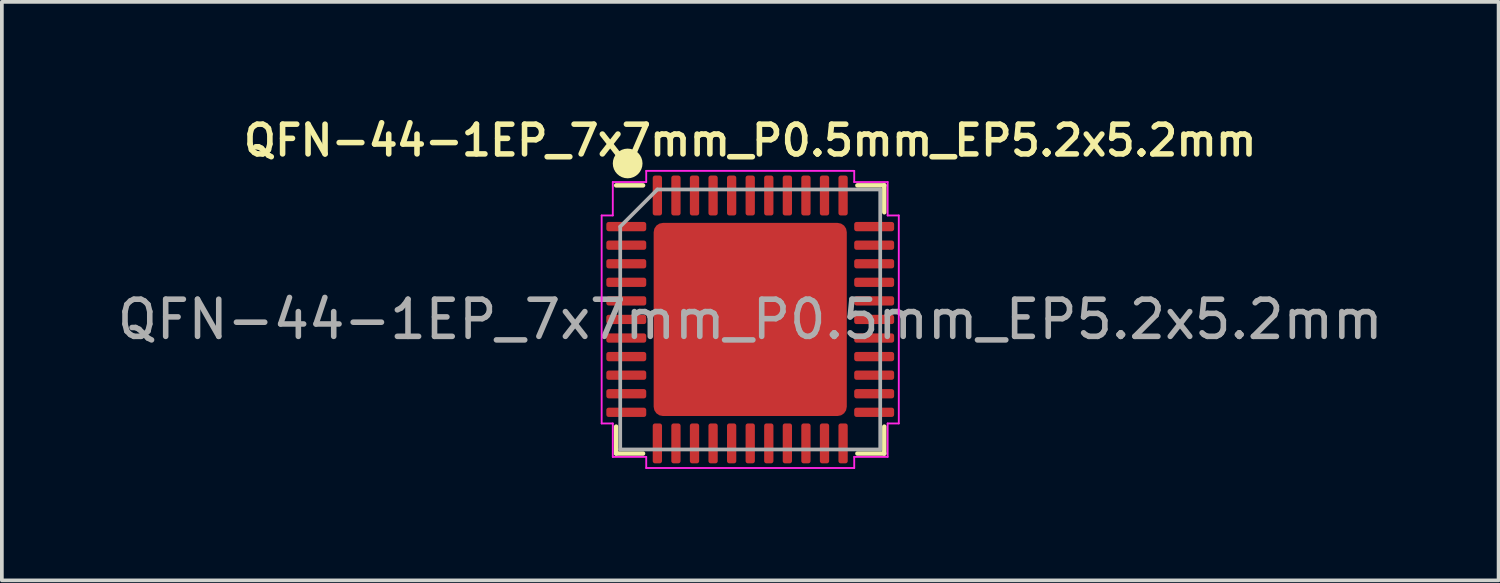
<source format=kicad_pcb>
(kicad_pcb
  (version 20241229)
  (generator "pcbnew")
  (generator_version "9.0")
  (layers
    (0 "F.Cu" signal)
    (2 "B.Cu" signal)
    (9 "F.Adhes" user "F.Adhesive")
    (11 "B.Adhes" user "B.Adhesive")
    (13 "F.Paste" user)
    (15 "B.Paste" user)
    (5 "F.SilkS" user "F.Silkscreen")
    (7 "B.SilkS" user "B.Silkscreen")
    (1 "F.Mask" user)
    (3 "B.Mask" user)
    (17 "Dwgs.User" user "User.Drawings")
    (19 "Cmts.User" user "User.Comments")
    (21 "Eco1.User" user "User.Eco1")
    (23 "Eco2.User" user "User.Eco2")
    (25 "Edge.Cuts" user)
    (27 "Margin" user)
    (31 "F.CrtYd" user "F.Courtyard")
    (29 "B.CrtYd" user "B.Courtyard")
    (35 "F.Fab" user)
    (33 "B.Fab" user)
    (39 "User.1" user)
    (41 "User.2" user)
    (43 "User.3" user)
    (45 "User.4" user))
  (footprint "QFN-44-1EP_7x7mm_P0.5mm_EP5.2x5.2mm"
    (layer "F.Cu")
    (at 17.149 5.551)
    (property "Reference" "QFN-44-1EP_7x7mm_P0.5mm_EP5.2x5.2mm" (at 0 -4.82 0) (layer "F.SilkS") (effects (font (size 0.8 0.8) (thickness 0.15))))
    (attr smd)
    (fp_line (start -3.61 3.61) (end -3.61 2.885) (stroke (width 0.12) (type solid)) (layer "F.SilkS"))
    (fp_line (start -2.885 -3.61) (end -3.61 -3.61) (stroke (width 0.12) (type solid)) (layer "F.SilkS"))
    (fp_line (start -2.885 3.61) (end -3.61 3.61) (stroke (width 0.12) (type solid)) (layer "F.SilkS"))
    (fp_line (start 2.885 -3.61) (end 3.61 -3.61) (stroke (width 0.12) (type solid)) (layer "F.SilkS"))
    (fp_line (start 2.885 3.61) (end 3.61 3.61) (stroke (width 0.12) (type solid)) (layer "F.SilkS"))
    (fp_line (start 3.61 -3.61) (end 3.61 -2.885) (stroke (width 0.12) (type solid)) (layer "F.SilkS"))
    (fp_line (start 3.61 3.61) (end 3.61 2.885) (stroke (width 0.12) (type solid)) (layer "F.SilkS"))
    (fp_circle (center -3.3 -4.2) (end -3.1 -4.2) (stroke (width 0.4) (type solid)) (fill no) (layer "F.SilkS"))
    (fp_line (start -4 2.8) (end -4 -2.8) (stroke (width 0.05) (type solid)) (layer "F.CrtYd"))
    (fp_line (start -3.7 -2.8) (end -4 -2.8) (stroke (width 0.05) (type solid)) (layer "F.CrtYd"))
    (fp_line (start -3.7 -2.8) (end -3.7 -3.7) (stroke (width 0.05) (type solid)) (layer "F.CrtYd"))
    (fp_line (start -3.7 2.8) (end -4 2.8) (stroke (width 0.05) (type solid)) (layer "F.CrtYd"))
    (fp_line (start -3.7 2.8) (end -3.7 3.7) (stroke (width 0.05) (type solid)) (layer "F.CrtYd"))
    (fp_line (start -2.8 -3.7) (end -3.7 -3.7) (stroke (width 0.05) (type solid)) (layer "F.CrtYd"))
    (fp_line (start -2.8 -3.7) (end -2.8 -4) (stroke (width 0.05) (type solid)) (layer "F.CrtYd"))
    (fp_line (start -2.8 3.7) (end -3.7 3.7) (stroke (width 0.05) (type solid)) (layer "F.CrtYd"))
    (fp_line (start -2.8 3.7) (end -2.8 4) (stroke (width 0.05) (type solid)) (layer "F.CrtYd"))
    (fp_line (start 2.8 -4) (end -2.8 -4) (stroke (width 0.05) (type solid)) (layer "F.CrtYd"))
    (fp_line (start 2.8 -3.7) (end 2.8 -4) (stroke (width 0.05) (type solid)) (layer "F.CrtYd"))
    (fp_line (start 2.8 -3.7) (end 3.7 -3.7) (stroke (width 0.05) (type solid)) (layer "F.CrtYd"))
    (fp_line (start 2.8 3.7) (end 2.8 4) (stroke (width 0.05) (type solid)) (layer "F.CrtYd"))
    (fp_line (start 2.8 3.7) (end 3.7 3.7) (stroke (width 0.05) (type solid)) (layer "F.CrtYd"))
    (fp_line (start 2.8 4) (end -2.8 4) (stroke (width 0.05) (type solid)) (layer "F.CrtYd"))
    (fp_line (start 3.7 -2.8) (end 3.7 -3.7) (stroke (width 0.05) (type solid)) (layer "F.CrtYd"))
    (fp_line (start 3.7 -2.8) (end 4 -2.8) (stroke (width 0.05) (type solid)) (layer "F.CrtYd"))
    (fp_line (start 3.7 2.8) (end 3.7 3.7) (stroke (width 0.05) (type solid)) (layer "F.CrtYd"))
    (fp_line (start 3.7 2.8) (end 4 2.8) (stroke (width 0.05) (type solid)) (layer "F.CrtYd"))
    (fp_line (start 4 -2.8) (end 4 2.8) (stroke (width 0.05) (type solid)) (layer "F.CrtYd"))
    (fp_line (start -3.5 -2.5) (end -2.5 -3.5) (stroke (width 0.1) (type solid)) (layer "F.Fab"))
    (fp_line (start -3.5 3.5) (end -3.5 -2.5) (stroke (width 0.1) (type solid)) (layer "F.Fab"))
    (fp_line (start -2.5 -3.5) (end 3.5 -3.5) (stroke (width 0.1) (type solid)) (layer "F.Fab"))
    (fp_line (start 3.5 -3.5) (end 3.5 3.5) (stroke (width 0.1) (type solid)) (layer "F.Fab"))
    (fp_line (start 3.5 3.5) (end -3.5 3.5) (stroke (width 0.1) (type solid)) (layer "F.Fab"))
    (fp_text user "${REFERENCE}" (at 0 0 0) (layer "F.Fab") (effects (font (size 1 1) (thickness 0.15))))
    (pad "" smd roundrect (at -1.95 -1.95) (size 1.05 1.05) (layers "F.Paste") (roundrect_rratio 0.238))
    (pad "" smd roundrect (at -1.95 -0.65) (size 1.05 1.05) (layers "F.Paste") (roundrect_rratio 0.238))
    (pad "" smd roundrect (at -1.95 0.65) (size 1.05 1.05) (layers "F.Paste") (roundrect_rratio 0.238))
    (pad "" smd roundrect (at -1.95 1.95) (size 1.05 1.05) (layers "F.Paste") (roundrect_rratio 0.238))
    (pad "" smd roundrect (at -0.65 -1.95) (size 1.05 1.05) (layers "F.Paste") (roundrect_rratio 0.238))
    (pad "" smd roundrect (at -0.65 -0.65) (size 1.05 1.05) (layers "F.Paste") (roundrect_rratio 0.238))
    (pad "" smd roundrect (at -0.65 0.65) (size 1.05 1.05) (layers "F.Paste") (roundrect_rratio 0.238))
    (pad "" smd roundrect (at -0.65 1.95) (size 1.05 1.05) (layers "F.Paste") (roundrect_rratio 0.238))
    (pad "" smd roundrect (at 0.65 -1.95) (size 1.05 1.05) (layers "F.Paste") (roundrect_rratio 0.238))
    (pad "" smd roundrect (at 0.65 -0.65) (size 1.05 1.05) (layers "F.Paste") (roundrect_rratio 0.238))
    (pad "" smd roundrect (at 0.65 0.65) (size 1.05 1.05) (layers "F.Paste") (roundrect_rratio 0.238))
    (pad "" smd roundrect (at 0.65 1.95) (size 1.05 1.05) (layers "F.Paste") (roundrect_rratio 0.238))
    (pad "" smd roundrect (at 1.95 -1.95) (size 1.05 1.05) (layers "F.Paste") (roundrect_rratio 0.238))
    (pad "" smd roundrect (at 1.95 -0.65) (size 1.05 1.05) (layers "F.Paste") (roundrect_rratio 0.238))
    (pad "" smd roundrect (at 1.95 0.65) (size 1.05 1.05) (layers "F.Paste") (roundrect_rratio 0.238))
    (pad "" smd roundrect (at 1.95 1.95) (size 1.05 1.05) (layers "F.Paste") (roundrect_rratio 0.238))
    (pad "1" smd roundrect (at -3.337 -2.5) (size 1.075 0.25) (layers "F.Cu" "F.Mask" "F.Paste") (roundrect_rratio 0.25))
    (pad "2" smd roundrect (at -3.337 -2) (size 1.075 0.25) (layers "F.Cu" "F.Mask" "F.Paste") (roundrect_rratio 0.25))
    (pad "3" smd roundrect (at -3.337 -1.5) (size 1.075 0.25) (layers "F.Cu" "F.Mask" "F.Paste") (roundrect_rratio 0.25))
    (pad "4" smd roundrect (at -3.337 -1) (size 1.075 0.25) (layers "F.Cu" "F.Mask" "F.Paste") (roundrect_rratio 0.25))
    (pad "5" smd roundrect (at -3.337 -0.5) (size 1.075 0.25) (layers "F.Cu" "F.Mask" "F.Paste") (roundrect_rratio 0.25))
    (pad "6" smd roundrect (at -3.337 0) (size 1.075 0.25) (layers "F.Cu" "F.Mask" "F.Paste") (roundrect_rratio 0.25))
    (pad "7" smd roundrect (at -3.337 0.5) (size 1.075 0.25) (layers "F.Cu" "F.Mask" "F.Paste") (roundrect_rratio 0.25))
    (pad "8" smd roundrect (at -3.337 1) (size 1.075 0.25) (layers "F.Cu" "F.Mask" "F.Paste") (roundrect_rratio 0.25))
    (pad "9" smd roundrect (at -3.337 1.5) (size 1.075 0.25) (layers "F.Cu" "F.Mask" "F.Paste") (roundrect_rratio 0.25))
    (pad "10" smd roundrect (at -3.337 2) (size 1.075 0.25) (layers "F.Cu" "F.Mask" "F.Paste") (roundrect_rratio 0.25))
    (pad "11" smd roundrect (at -3.337 2.5) (size 1.075 0.25) (layers "F.Cu" "F.Mask" "F.Paste") (roundrect_rratio 0.25))
    (pad "12" smd roundrect (at -2.5 3.337) (size 0.25 1.075) (layers "F.Cu" "F.Mask" "F.Paste") (roundrect_rratio 0.25))
    (pad "13" smd roundrect (at -2 3.337) (size 0.25 1.075) (layers "F.Cu" "F.Mask" "F.Paste") (roundrect_rratio 0.25))
    (pad "14" smd roundrect (at -1.5 3.337) (size 0.25 1.075) (layers "F.Cu" "F.Mask" "F.Paste") (roundrect_rratio 0.25))
    (pad "15" smd roundrect (at -1 3.337) (size 0.25 1.075) (layers "F.Cu" "F.Mask" "F.Paste") (roundrect_rratio 0.25))
    (pad "16" smd roundrect (at -0.5 3.337) (size 0.25 1.075) (layers "F.Cu" "F.Mask" "F.Paste") (roundrect_rratio 0.25))
    (pad "17" smd roundrect (at 0 3.337) (size 0.25 1.075) (layers "F.Cu" "F.Mask" "F.Paste") (roundrect_rratio 0.25))
    (pad "18" smd roundrect (at 0.5 3.337) (size 0.25 1.075) (layers "F.Cu" "F.Mask" "F.Paste") (roundrect_rratio 0.25))
    (pad "19" smd roundrect (at 1 3.337) (size 0.25 1.075) (layers "F.Cu" "F.Mask" "F.Paste") (roundrect_rratio 0.25))
    (pad "20" smd roundrect (at 1.5 3.337) (size 0.25 1.075) (layers "F.Cu" "F.Mask" "F.Paste") (roundrect_rratio 0.25))
    (pad "21" smd roundrect (at 2 3.337) (size 0.25 1.075) (layers "F.Cu" "F.Mask" "F.Paste") (roundrect_rratio 0.25))
    (pad "22" smd roundrect (at 2.5 3.337) (size 0.25 1.075) (layers "F.Cu" "F.Mask" "F.Paste") (roundrect_rratio 0.25))
    (pad "23" smd roundrect (at 3.337 2.5) (size 1.075 0.25) (layers "F.Cu" "F.Mask" "F.Paste") (roundrect_rratio 0.25))
    (pad "24" smd roundrect (at 3.337 2) (size 1.075 0.25) (layers "F.Cu" "F.Mask" "F.Paste") (roundrect_rratio 0.25))
    (pad "25" smd roundrect (at 3.337 1.5) (size 1.075 0.25) (layers "F.Cu" "F.Mask" "F.Paste") (roundrect_rratio 0.25))
    (pad "26" smd roundrect (at 3.337 1) (size 1.075 0.25) (layers "F.Cu" "F.Mask" "F.Paste") (roundrect_rratio 0.25))
    (pad "27" smd roundrect (at 3.337 0.5) (size 1.075 0.25) (layers "F.Cu" "F.Mask" "F.Paste") (roundrect_rratio 0.25))
    (pad "28" smd roundrect (at 3.337 0) (size 1.075 0.25) (layers "F.Cu" "F.Mask" "F.Paste") (roundrect_rratio 0.25))
    (pad "29" smd roundrect (at 3.337 -0.5) (size 1.075 0.25) (layers "F.Cu" "F.Mask" "F.Paste") (roundrect_rratio 0.25))
    (pad "30" smd roundrect (at 3.337 -1) (size 1.075 0.25) (layers "F.Cu" "F.Mask" "F.Paste") (roundrect_rratio 0.25))
    (pad "31" smd roundrect (at 3.337 -1.5) (size 1.075 0.25) (layers "F.Cu" "F.Mask" "F.Paste") (roundrect_rratio 0.25))
    (pad "32" smd roundrect (at 3.337 -2) (size 1.075 0.25) (layers "F.Cu" "F.Mask" "F.Paste") (roundrect_rratio 0.25))
    (pad "33" smd roundrect (at 3.337 -2.5) (size 1.075 0.25) (layers "F.Cu" "F.Mask" "F.Paste") (roundrect_rratio 0.25))
    (pad "34" smd roundrect (at 2.5 -3.337) (size 0.25 1.075) (layers "F.Cu" "F.Mask" "F.Paste") (roundrect_rratio 0.25))
    (pad "35" smd roundrect (at 2 -3.337) (size 0.25 1.075) (layers "F.Cu" "F.Mask" "F.Paste") (roundrect_rratio 0.25))
    (pad "36" smd roundrect (at 1.5 -3.337) (size 0.25 1.075) (layers "F.Cu" "F.Mask" "F.Paste") (roundrect_rratio 0.25))
    (pad "37" smd roundrect (at 1 -3.337) (size 0.25 1.075) (layers "F.Cu" "F.Mask" "F.Paste") (roundrect_rratio 0.25))
    (pad "38" smd roundrect (at 0.5 -3.337) (size 0.25 1.075) (layers "F.Cu" "F.Mask" "F.Paste") (roundrect_rratio 0.25))
    (pad "39" smd roundrect (at 0 -3.337) (size 0.25 1.075) (layers "F.Cu" "F.Mask" "F.Paste") (roundrect_rratio 0.25))
    (pad "40" smd roundrect (at -0.5 -3.337) (size 0.25 1.075) (layers "F.Cu" "F.Mask" "F.Paste") (roundrect_rratio 0.25))
    (pad "41" smd roundrect (at -1 -3.337) (size 0.25 1.075) (layers "F.Cu" "F.Mask" "F.Paste") (roundrect_rratio 0.25))
    (pad "42" smd roundrect (at -1.5 -3.337) (size 0.25 1.075) (layers "F.Cu" "F.Mask" "F.Paste") (roundrect_rratio 0.25))
    (pad "43" smd roundrect (at -2 -3.337) (size 0.25 1.075) (layers "F.Cu" "F.Mask" "F.Paste") (roundrect_rratio 0.25))
    (pad "44" smd roundrect (at -2.5 -3.337) (size 0.25 1.075) (layers "F.Cu" "F.Mask" "F.Paste") (roundrect_rratio 0.25))
    (pad "45" smd roundrect (at 0 0) (size 5.2 5.2) (layers "F.Cu" "F.Mask") (roundrect_rratio 0.048)))
  (gr_rect
    (start -3 -3)
    (end 37.298 12.576)
    (stroke (width 0.1) (type default))
    (fill no)
    (layer "Edge.Cuts")))
</source>
